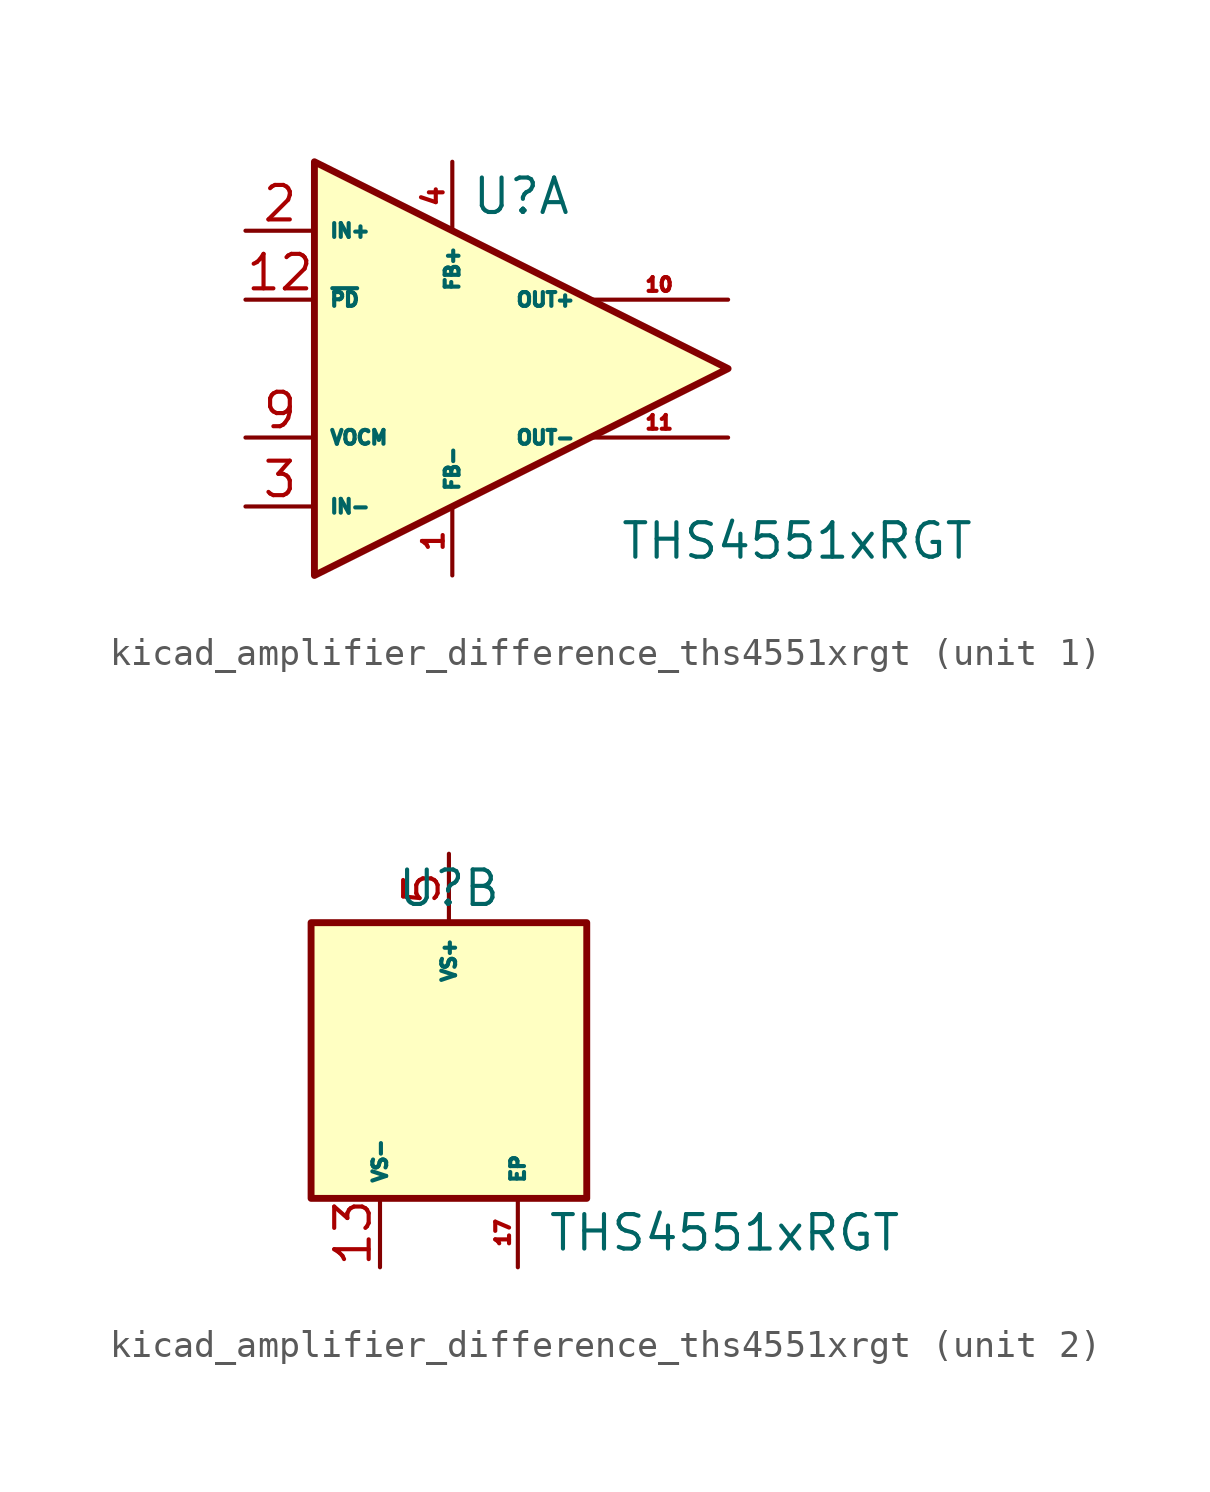
<source format=kicad_sym>
(kicad_symbol_lib
  (version 20220914)
  (generator kicad_symbol_editor)
  (symbol "kicad_amplifier_difference_ths4551xrgt"
    (property "Reference" "U"
      (at 0 6.35 0)
      (effects (font (size 1.27 1.27))))
    (property "Value" "THS4551xRGT"
      (at 10.16 -6.35 0)
      (effects (font (size 1.27 1.27))))
    (property "ki_locked" ""
      (at 0 0 0)
      (effects (font (size 1.27 1.27))))
    (symbol "kicad_amplifier_difference_ths4551xrgt_1_1"
      (polyline (pts (xy -7.62 7.62) (xy -7.62 -7.62) (xy 7.62 0) (xy -7.62 7.62)) (stroke (width 0.254) (type default)) (fill (type background)))
      (pin output line (at -2.54 -7.62 90) (length 2.54) (name "FB-" (effects (font (size 0.508 0.508)))) (number "1" (effects (font (size 0.762 0.762)))))
      (pin output line (at 7.62 2.54 180) (length 5.08) (name "OUT+" (effects (font (size 0.508 0.508)))) (number "10" (effects (font (size 0.508 0.508)))))
      (pin output line (at 7.62 -2.54 180) (length 5.08) (name "OUT-" (effects (font (size 0.508 0.508)))) (number "11" (effects (font (size 0.508 0.508)))))
      (pin input line (at -10.16 2.54 0) (length 2.54) (name "~{PD}" (effects (font (size 0.508 0.508)))) (number "12" (effects (font (size 1.27 1.27)))))
      (pin input line (at -10.16 5.08 0) (length 2.54) (name "IN+" (effects (font (size 0.508 0.508)))) (number "2" (effects (font (size 1.27 1.27)))))
      (pin input line (at -10.16 -5.08 0) (length 2.54) (name "IN-" (effects (font (size 0.508 0.508)))) (number "3" (effects (font (size 1.27 1.27)))))
      (pin output line (at -2.54 7.62 270) (length 2.54) (name "FB+" (effects (font (size 0.508 0.508)))) (number "4" (effects (font (size 0.762 0.762)))))
      (pin input line (at -10.16 -2.54 0) (length 2.54) (name "VOCM" (effects (font (size 0.508 0.508)))) (number "9" (effects (font (size 1.27 1.27))))))
    (symbol "kicad_amplifier_difference_ths4551xrgt_2_1"
      (rectangle (start -5.08 5.08) (end 5.08 -5.08) (stroke (width 0.254) (type default)) (fill (type background)))
      (pin power_in line (at -2.54 -7.62 90) (length 2.54) (name "VS-" (effects (font (size 0.508 0.508)))) (number "13" (effects (font (size 1.27 1.27)))))
      (pin passive line (at -2.54 -7.62 90) (length 2.54) hide (name "VS-" (effects (font (size 0.508 0.508)))) (number "14" (effects (font (size 1.27 1.27)))))
      (pin passive line (at -2.54 -7.62 90) (length 2.54) hide (name "VS-" (effects (font (size 0.508 0.508)))) (number "15" (effects (font (size 1.27 1.27)))))
      (pin passive line (at -2.54 -7.62 90) (length 2.54) hide (name "VS-" (effects (font (size 0.508 0.508)))) (number "16" (effects (font (size 1.27 1.27)))))
      (pin passive line (at 2.54 -7.62 90) (length 2.54) (name "EP" (effects (font (size 0.508 0.508)))) (number "17" (effects (font (size 0.508 0.508)))))
      (pin power_in line (at 0 7.62 270) (length 2.54) (name "VS+" (effects (font (size 0.508 0.508)))) (number "5" (effects (font (size 1.27 1.27)))))
      (pin passive line (at 0 7.62 270) (length 2.54) hide (name "VS+" (effects (font (size 0.508 0.508)))) (number "6" (effects (font (size 1.27 1.27)))))
      (pin passive line (at 0 7.62 270) (length 2.54) hide (name "VS+" (effects (font (size 0.508 0.508)))) (number "7" (effects (font (size 1.27 1.27)))))
      (pin passive line (at 0 7.62 270) (length 2.54) hide (name "VS+" (effects (font (size 0.508 0.508)))) (number "8" (effects (font (size 1.27 1.27))))))))
</source>
